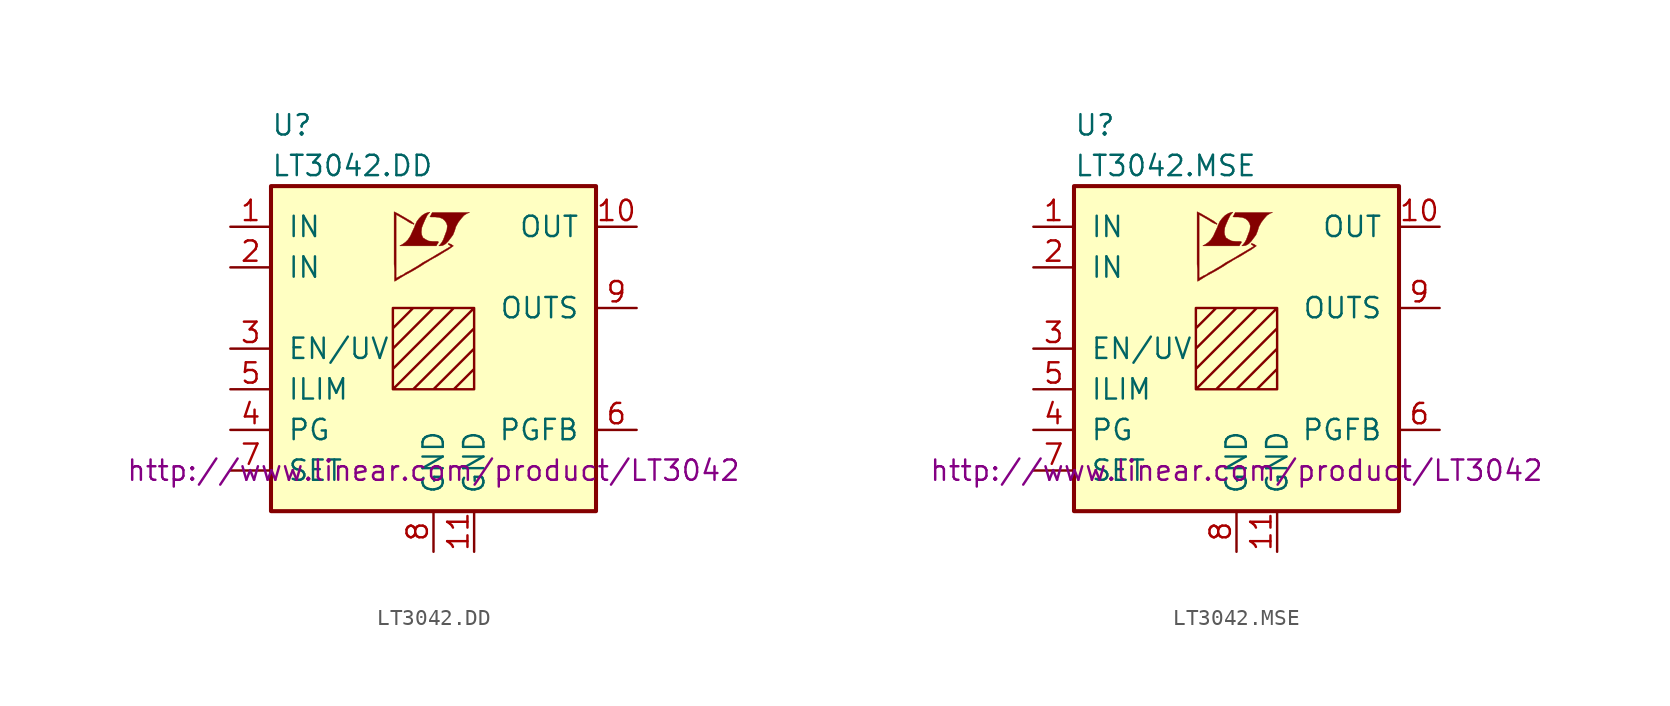
<source format=kicad_sym>
(kicad_symbol_lib
  (version 20201005)
  (generator kicad_symbol_editor)
  (symbol "LT3042.DD"
    (pin_names
      (offset 1.016))
    (property "Reference" "U"
      (at -10.16 13.97 0)
      (effects (font (size 1.27 1.27)) (justify left)))
    (property "Value" "LT3042.DD"
      (at -10.16 11.43 0)
      (effects (font (size 1.27 1.27)) (justify left)))
    (property "Datasheet" "http://www.linear.com/product/LT3042"
      (at 0 -7.62 0)
      (effects (font (size 1.27 1.27))))
    (symbol "LT3042.DD_0_0"
      (polyline (pts (xy 0.584 6.452) (xy 0.762 6.553) (xy 0.914 6.706) (xy 1.219 7.112) (xy 1.321 7.366) (xy 1.397 7.62) (xy 1.549 7.899) (xy 1.727 8.128) (xy 1.905 8.331) (xy 2.108 8.458) (xy 2.261 8.509) (xy -0.076 8.509) (xy -0.152 8.382) (xy -0.152 8.357) (xy -0.203 8.28) (xy -0.229 8.255) (xy -0.178 8.23) (xy 0.102 8.23) (xy 0.356 8.204) (xy 0.559 8.128) (xy 0.711 8.001) (xy 0.813 7.849) (xy 0.864 7.671) (xy 0.838 7.442) (xy 0.838 7.417) (xy 0.61 6.807) (xy 0.508 6.629) (xy 0.406 6.502) (xy 0.33 6.426) (xy 0.432 6.426) (xy 0.584 6.452)) (stroke (width 0.025)) (fill (type outline)))
      (polyline (pts (xy 0.229 6.528) (xy 0.254 6.553) (xy 0.305 6.629) (xy 0.305 6.68) (xy 0.254 6.706) (xy -0.051 6.706) (xy -0.305 6.731) (xy -0.508 6.833) (xy -0.66 6.934) (xy -0.737 7.112) (xy -0.762 7.29) (xy -0.737 7.518) (xy -0.737 7.544) (xy -0.686 7.696) (xy -0.533 8.052) (xy -0.381 8.357) (xy -0.305 8.433) (xy -0.229 8.534) (xy -0.356 8.509) (xy -0.508 8.458) (xy -0.711 8.331) (xy -0.889 8.153) (xy -1.041 7.95) (xy -1.168 7.671) (xy -1.168 7.645) (xy -1.321 7.315) (xy -1.448 7.036) (xy -1.6 6.807) (xy -1.753 6.655) (xy -1.93 6.528) (xy -2.108 6.426) (xy 0.178 6.426) (xy 0.229 6.528)) (stroke (width 0.025)) (fill (type outline)))
      (polyline (pts (xy -2.362 4.242) (xy -2.286 4.293) (xy -2.159 4.369) (xy -2.083 4.42) (xy -1.829 4.572) (xy -1.27 4.877) (xy -0.762 5.182) (xy -0.533 5.334) (xy -0.356 5.436) (xy -0.203 5.537) (xy -0.102 5.588) (xy -0.025 5.639) (xy 0.127 5.715) (xy 0.305 5.817) (xy 0.711 6.071) (xy 0.889 6.172) (xy 1.041 6.274) (xy 1.143 6.35) (xy 1.219 6.401) (xy 1.245 6.426) (xy 1.092 6.528) (xy 0.94 6.579) (xy 0.914 6.553) (xy 0.914 6.528) (xy 0.991 6.477) (xy 1.092 6.401) (xy 0.178 5.867) (xy -0.025 5.74) (xy -0.33 5.563) (xy -0.66 5.385) (xy -0.965 5.182) (xy -1.27 5.004) (xy -1.524 4.851) (xy -1.727 4.75) (xy -1.905 4.623) (xy -2.083 4.547) (xy -2.21 4.47) (xy -2.311 4.42) (xy -2.337 4.394) (xy -2.337 8.382) (xy -1.803 8.077) (xy -1.676 8.001) (xy -1.524 7.899) (xy -1.372 7.823) (xy -1.295 7.798) (xy -1.245 7.772) (xy -1.219 7.772) (xy -1.219 7.823) (xy -1.295 7.874) (xy -1.422 7.976) (xy -1.6 8.077) (xy -1.727 8.153) (xy -2.083 8.357) (xy -2.21 8.433) (xy -2.464 8.56) (xy -2.464 5.283) (xy -2.438 4.978) (xy -2.438 4.216) (xy -2.413 4.216) (xy -2.362 4.242)) (stroke (width 0.025)) (fill (type outline))))
    (symbol "LT3042.DD_0_1"
      (rectangle (start -10.16 10.16) (end 10.16 -10.16) (stroke (width 0.254)) (fill (type background)))
      (polyline (pts (xy -2.54 1.27) (xy -1.27 2.54) (xy 0 2.54) (xy -2.54 0) (xy -2.54 -1.27) (xy 1.27 2.54) (xy 2.54 2.54) (xy -2.54 -2.54) (xy -1.27 -2.54) (xy 2.54 1.27) (xy 2.54 0) (xy 0 -2.54) (xy 1.27 -2.54) (xy 2.54 -1.27) (xy 2.54 -2.54) (xy -2.54 -2.54) (xy -2.54 2.54) (xy 2.54 2.54) (xy 2.54 -2.54)) (stroke (width 0)) (fill (type none))))
    (symbol "LT3042.DD_1_1"
      (pin power_in line (at -12.7 7.62 0) (length 2.54) (name "IN" (effects (font (size 1.27 1.27)))) (number "1" (effects (font (size 1.27 1.27)))))
      (pin power_out line (at 12.7 7.62 180) (length 2.54) (name "OUT" (effects (font (size 1.27 1.27)))) (number "10" (effects (font (size 1.27 1.27)))))
      (pin power_in line (at 2.54 -12.7 90) (length 2.54) (name "GND" (effects (font (size 1.27 1.27)))) (number "11" (effects (font (size 1.27 1.27)))))
      (pin power_in line (at -12.7 5.08 0) (length 2.54) (name "IN" (effects (font (size 1.27 1.27)))) (number "2" (effects (font (size 1.27 1.27)))))
      (pin input line (at -12.7 0 0) (length 2.54) (name "EN/UV" (effects (font (size 1.27 1.27)))) (number "3" (effects (font (size 1.27 1.27)))))
      (pin open_collector line (at -12.7 -5.08 0) (length 2.54) (name "PG" (effects (font (size 1.27 1.27)))) (number "4" (effects (font (size 1.27 1.27)))))
      (pin passive line (at -12.7 -2.54 0) (length 2.54) (name "ILIM" (effects (font (size 1.27 1.27)))) (number "5" (effects (font (size 1.27 1.27)))))
      (pin passive line (at 12.7 -5.08 180) (length 2.54) (name "PGFB" (effects (font (size 1.27 1.27)))) (number "6" (effects (font (size 1.27 1.27)))))
      (pin passive line (at -12.7 -7.62 0) (length 2.54) (name "SET" (effects (font (size 1.27 1.27)))) (number "7" (effects (font (size 1.27 1.27)))))
      (pin power_in line (at 0 -12.7 90) (length 2.54) (name "GND" (effects (font (size 1.27 1.27)))) (number "8" (effects (font (size 1.27 1.27)))))
      (pin power_out line (at 12.7 2.54 180) (length 2.54) (name "OUTS" (effects (font (size 1.27 1.27)))) (number "9" (effects (font (size 1.27 1.27)))))))
  (symbol "LT3042.MSE"
    (pin_names
      (offset 1.016))
    (property "Reference" "U"
      (at -10.16 13.97 0)
      (effects (font (size 1.27 1.27)) (justify left)))
    (property "Value" "LT3042.MSE"
      (at -10.16 11.43 0)
      (effects (font (size 1.27 1.27)) (justify left)))
    (property "Datasheet" "http://www.linear.com/product/LT3042"
      (at 0 -7.62 0)
      (effects (font (size 1.27 1.27))))
    (symbol "LT3042.MSE_0_0"
      (polyline (pts (xy 0.584 6.452) (xy 0.762 6.553) (xy 0.914 6.706) (xy 1.219 7.112) (xy 1.321 7.366) (xy 1.397 7.62) (xy 1.549 7.899) (xy 1.727 8.128) (xy 1.905 8.331) (xy 2.108 8.458) (xy 2.261 8.509) (xy -0.076 8.509) (xy -0.152 8.382) (xy -0.152 8.357) (xy -0.203 8.28) (xy -0.229 8.255) (xy -0.178 8.23) (xy 0.102 8.23) (xy 0.356 8.204) (xy 0.559 8.128) (xy 0.711 8.001) (xy 0.813 7.849) (xy 0.864 7.671) (xy 0.838 7.442) (xy 0.838 7.417) (xy 0.61 6.807) (xy 0.508 6.629) (xy 0.406 6.502) (xy 0.33 6.426) (xy 0.432 6.426) (xy 0.584 6.452)) (stroke (width 0.025)) (fill (type outline)))
      (polyline (pts (xy 0.229 6.528) (xy 0.254 6.553) (xy 0.305 6.629) (xy 0.305 6.68) (xy 0.254 6.706) (xy -0.051 6.706) (xy -0.305 6.731) (xy -0.508 6.833) (xy -0.66 6.934) (xy -0.737 7.112) (xy -0.762 7.29) (xy -0.737 7.518) (xy -0.737 7.544) (xy -0.686 7.696) (xy -0.533 8.052) (xy -0.381 8.357) (xy -0.305 8.433) (xy -0.229 8.534) (xy -0.356 8.509) (xy -0.508 8.458) (xy -0.711 8.331) (xy -0.889 8.153) (xy -1.041 7.95) (xy -1.168 7.671) (xy -1.168 7.645) (xy -1.321 7.315) (xy -1.448 7.036) (xy -1.6 6.807) (xy -1.753 6.655) (xy -1.93 6.528) (xy -2.108 6.426) (xy 0.178 6.426) (xy 0.229 6.528)) (stroke (width 0.025)) (fill (type outline)))
      (polyline (pts (xy -2.362 4.242) (xy -2.286 4.293) (xy -2.159 4.369) (xy -2.083 4.42) (xy -1.829 4.572) (xy -1.27 4.877) (xy -0.762 5.182) (xy -0.533 5.334) (xy -0.356 5.436) (xy -0.203 5.537) (xy -0.102 5.588) (xy -0.025 5.639) (xy 0.127 5.715) (xy 0.305 5.817) (xy 0.711 6.071) (xy 0.889 6.172) (xy 1.041 6.274) (xy 1.143 6.35) (xy 1.219 6.401) (xy 1.245 6.426) (xy 1.092 6.528) (xy 0.94 6.579) (xy 0.914 6.553) (xy 0.914 6.528) (xy 0.991 6.477) (xy 1.092 6.401) (xy 0.178 5.867) (xy -0.025 5.74) (xy -0.33 5.563) (xy -0.66 5.385) (xy -0.965 5.182) (xy -1.27 5.004) (xy -1.524 4.851) (xy -1.727 4.75) (xy -1.905 4.623) (xy -2.083 4.547) (xy -2.21 4.47) (xy -2.311 4.42) (xy -2.337 4.394) (xy -2.337 8.382) (xy -1.803 8.077) (xy -1.676 8.001) (xy -1.524 7.899) (xy -1.372 7.823) (xy -1.295 7.798) (xy -1.245 7.772) (xy -1.219 7.772) (xy -1.219 7.823) (xy -1.295 7.874) (xy -1.422 7.976) (xy -1.6 8.077) (xy -1.727 8.153) (xy -2.083 8.357) (xy -2.21 8.433) (xy -2.464 8.56) (xy -2.464 5.283) (xy -2.438 4.978) (xy -2.438 4.216) (xy -2.413 4.216) (xy -2.362 4.242)) (stroke (width 0.025)) (fill (type outline))))
    (symbol "LT3042.MSE_0_1"
      (rectangle (start -10.16 10.16) (end 10.16 -10.16) (stroke (width 0.254)) (fill (type background)))
      (polyline (pts (xy -2.54 1.27) (xy -1.27 2.54) (xy 0 2.54) (xy -2.54 0) (xy -2.54 -1.27) (xy 1.27 2.54) (xy 2.54 2.54) (xy -2.54 -2.54) (xy -1.27 -2.54) (xy 2.54 1.27) (xy 2.54 0) (xy 0 -2.54) (xy 1.27 -2.54) (xy 2.54 -1.27) (xy 2.54 -2.54) (xy -2.54 -2.54) (xy -2.54 2.54) (xy 2.54 2.54) (xy 2.54 -2.54)) (stroke (width 0)) (fill (type none))))
    (symbol "LT3042.MSE_1_1"
      (pin power_in line (at -12.7 7.62 0) (length 2.54) (name "IN" (effects (font (size 1.27 1.27)))) (number "1" (effects (font (size 1.27 1.27)))))
      (pin power_out line (at 12.7 7.62 180) (length 2.54) (name "OUT" (effects (font (size 1.27 1.27)))) (number "10" (effects (font (size 1.27 1.27)))))
      (pin power_in line (at 2.54 -12.7 90) (length 2.54) (name "GND" (effects (font (size 1.27 1.27)))) (number "11" (effects (font (size 1.27 1.27)))))
      (pin power_in line (at -12.7 5.08 0) (length 2.54) (name "IN" (effects (font (size 1.27 1.27)))) (number "2" (effects (font (size 1.27 1.27)))))
      (pin input line (at -12.7 0 0) (length 2.54) (name "EN/UV" (effects (font (size 1.27 1.27)))) (number "3" (effects (font (size 1.27 1.27)))))
      (pin open_collector line (at -12.7 -5.08 0) (length 2.54) (name "PG" (effects (font (size 1.27 1.27)))) (number "4" (effects (font (size 1.27 1.27)))))
      (pin passive line (at -12.7 -2.54 0) (length 2.54) (name "ILIM" (effects (font (size 1.27 1.27)))) (number "5" (effects (font (size 1.27 1.27)))))
      (pin passive line (at 12.7 -5.08 180) (length 2.54) (name "PGFB" (effects (font (size 1.27 1.27)))) (number "6" (effects (font (size 1.27 1.27)))))
      (pin passive line (at -12.7 -7.62 0) (length 2.54) (name "SET" (effects (font (size 1.27 1.27)))) (number "7" (effects (font (size 1.27 1.27)))))
      (pin power_in line (at 0 -12.7 90) (length 2.54) (name "GND" (effects (font (size 1.27 1.27)))) (number "8" (effects (font (size 1.27 1.27)))))
      (pin power_out line (at 12.7 2.54 180) (length 2.54) (name "OUTS" (effects (font (size 1.27 1.27)))) (number "9" (effects (font (size 1.27 1.27))))))))
</source>
